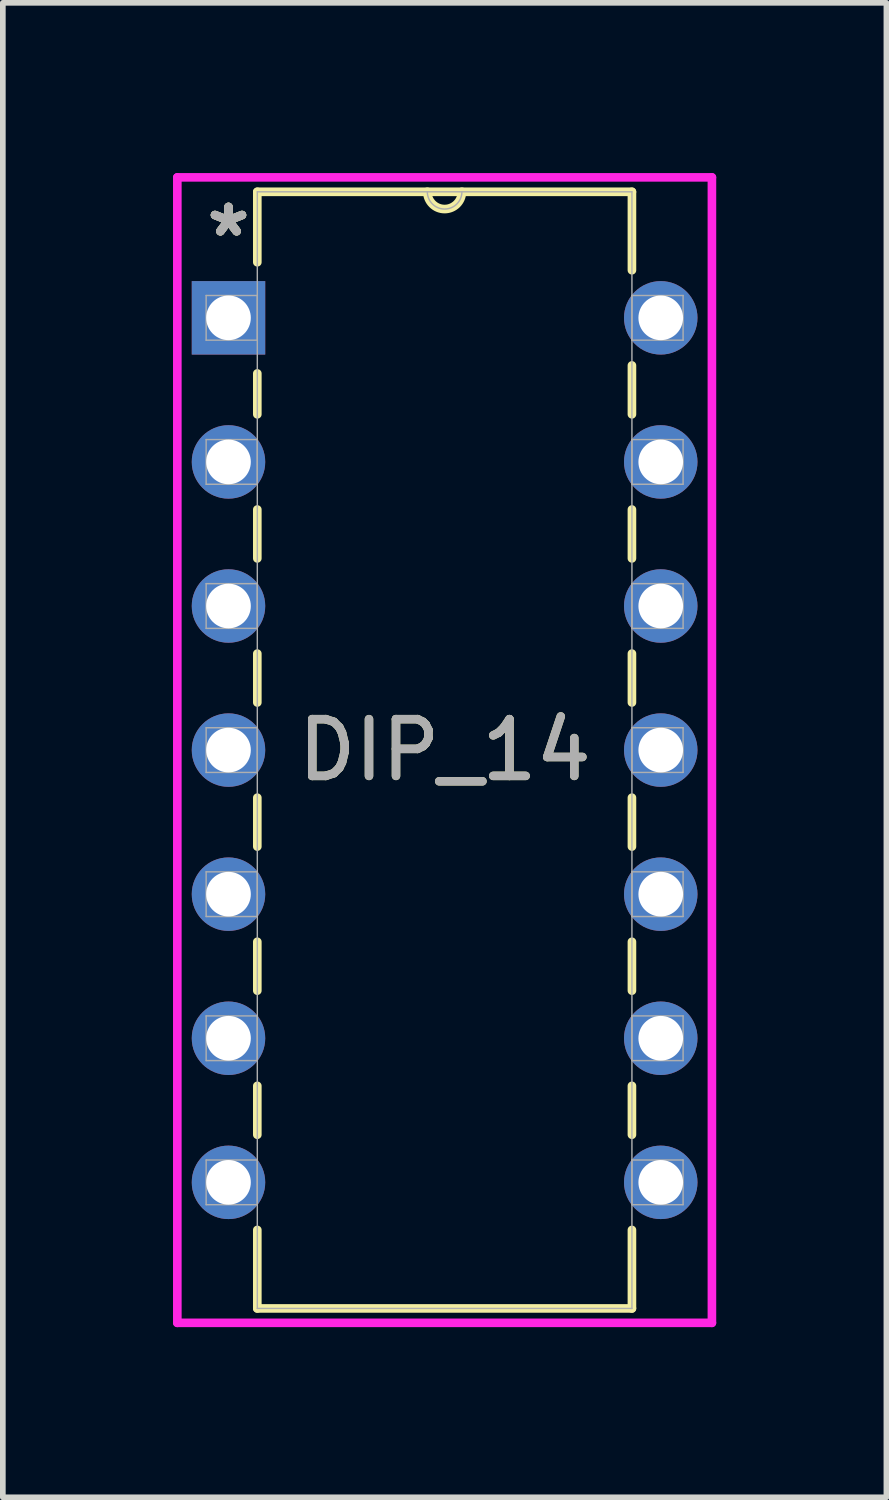
<source format=kicad_pcb>
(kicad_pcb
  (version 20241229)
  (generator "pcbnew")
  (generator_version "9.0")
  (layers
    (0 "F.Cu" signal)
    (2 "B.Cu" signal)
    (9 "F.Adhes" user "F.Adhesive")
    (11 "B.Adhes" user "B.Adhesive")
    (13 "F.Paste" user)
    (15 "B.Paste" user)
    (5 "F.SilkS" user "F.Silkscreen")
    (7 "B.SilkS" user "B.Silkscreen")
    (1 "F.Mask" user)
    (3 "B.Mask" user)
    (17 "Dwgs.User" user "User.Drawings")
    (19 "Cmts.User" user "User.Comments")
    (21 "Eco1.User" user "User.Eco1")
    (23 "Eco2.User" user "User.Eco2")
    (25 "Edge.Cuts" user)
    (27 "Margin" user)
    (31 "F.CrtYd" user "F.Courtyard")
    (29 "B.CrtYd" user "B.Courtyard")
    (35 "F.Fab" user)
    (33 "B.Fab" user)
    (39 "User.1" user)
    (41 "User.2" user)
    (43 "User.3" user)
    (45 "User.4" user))
  (footprint "DIP_14"
    (layer "F.Cu")
    (at 8.598 17.793)
    (property "Reference" "DIP_14" (at -3.81 -7.62 0) (unlocked yes) (layer "F.SilkS") (effects (font (size 1 1) (thickness 0.15))))
    (attr through_hole)
    (fp_line (start -7.112 -17.462) (end -7.112 -16.22) (stroke (width 0.152) (type solid)) (layer "F.SilkS"))
    (fp_line (start -7.112 -14.26) (end -7.112 -13.539) (stroke (width 0.152) (type solid)) (layer "F.SilkS"))
    (fp_line (start -7.112 -11.861) (end -7.112 -10.999) (stroke (width 0.152) (type solid)) (layer "F.SilkS"))
    (fp_line (start -7.112 -9.321) (end -7.112 -8.459) (stroke (width 0.152) (type solid)) (layer "F.SilkS"))
    (fp_line (start -7.112 -6.781) (end -7.112 -5.919) (stroke (width 0.152) (type solid)) (layer "F.SilkS"))
    (fp_line (start -7.112 -4.241) (end -7.112 -3.379) (stroke (width 0.152) (type solid)) (layer "F.SilkS"))
    (fp_line (start -7.112 -1.701) (end -7.112 -0.839) (stroke (width 0.152) (type solid)) (layer "F.SilkS"))
    (fp_line (start -7.112 0.839) (end -7.112 2.223) (stroke (width 0.152) (type solid)) (layer "F.SilkS"))
    (fp_line (start -7.112 2.223) (end -0.508 2.223) (stroke (width 0.152) (type solid)) (layer "F.SilkS"))
    (fp_line (start -0.508 -17.462) (end -7.112 -17.462) (stroke (width 0.152) (type solid)) (layer "F.SilkS"))
    (fp_line (start -0.508 -16.079) (end -0.508 -17.462) (stroke (width 0.152) (type solid)) (layer "F.SilkS"))
    (fp_line (start -0.508 -13.539) (end -0.508 -14.401) (stroke (width 0.152) (type solid)) (layer "F.SilkS"))
    (fp_line (start -0.508 -10.999) (end -0.508 -11.861) (stroke (width 0.152) (type solid)) (layer "F.SilkS"))
    (fp_line (start -0.508 -8.459) (end -0.508 -9.321) (stroke (width 0.152) (type solid)) (layer "F.SilkS"))
    (fp_line (start -0.508 -5.919) (end -0.508 -6.781) (stroke (width 0.152) (type solid)) (layer "F.SilkS"))
    (fp_line (start -0.508 -3.379) (end -0.508 -4.241) (stroke (width 0.152) (type solid)) (layer "F.SilkS"))
    (fp_line (start -0.508 -0.839) (end -0.508 -1.701) (stroke (width 0.152) (type solid)) (layer "F.SilkS"))
    (fp_line (start -0.508 2.223) (end -0.508 0.839) (stroke (width 0.152) (type solid)) (layer "F.SilkS"))
    (fp_arc (start -3.5052 -17.4625) (mid -3.81 -17.1577) (end -4.1148 -17.4625) (stroke (width 0.1524) (type solid)) (layer "F.SilkS"))
    (fp_line (start -8.522 -17.716) (end -8.522 2.477) (stroke (width 0.152) (type solid)) (layer "F.CrtYd"))
    (fp_line (start -8.522 2.477) (end 0.902 2.477) (stroke (width 0.152) (type solid)) (layer "F.CrtYd"))
    (fp_line (start 0.902 -17.716) (end -8.522 -17.716) (stroke (width 0.152) (type solid)) (layer "F.CrtYd"))
    (fp_line (start 0.902 2.477) (end 0.902 -17.716) (stroke (width 0.152) (type solid)) (layer "F.CrtYd"))
    (fp_line (start -8.014 -15.634) (end -8.014 -14.846) (stroke (width 0.025) (type solid)) (layer "F.Fab"))
    (fp_line (start -8.014 -14.846) (end -7.112 -14.846) (stroke (width 0.025) (type solid)) (layer "F.Fab"))
    (fp_line (start -8.014 -13.094) (end -8.014 -12.306) (stroke (width 0.025) (type solid)) (layer "F.Fab"))
    (fp_line (start -8.014 -12.306) (end -7.112 -12.306) (stroke (width 0.025) (type solid)) (layer "F.Fab"))
    (fp_line (start -8.014 -10.554) (end -8.014 -9.766) (stroke (width 0.025) (type solid)) (layer "F.Fab"))
    (fp_line (start -8.014 -9.766) (end -7.112 -9.766) (stroke (width 0.025) (type solid)) (layer "F.Fab"))
    (fp_line (start -8.014 -8.014) (end -8.014 -7.226) (stroke (width 0.025) (type solid)) (layer "F.Fab"))
    (fp_line (start -8.014 -7.226) (end -7.112 -7.226) (stroke (width 0.025) (type solid)) (layer "F.Fab"))
    (fp_line (start -8.014 -5.474) (end -8.014 -4.686) (stroke (width 0.025) (type solid)) (layer "F.Fab"))
    (fp_line (start -8.014 -4.686) (end -7.112 -4.686) (stroke (width 0.025) (type solid)) (layer "F.Fab"))
    (fp_line (start -8.014 -2.934) (end -8.014 -2.146) (stroke (width 0.025) (type solid)) (layer "F.Fab"))
    (fp_line (start -8.014 -2.146) (end -7.112 -2.146) (stroke (width 0.025) (type solid)) (layer "F.Fab"))
    (fp_line (start -8.014 -0.394) (end -8.014 0.394) (stroke (width 0.025) (type solid)) (layer "F.Fab"))
    (fp_line (start -8.014 0.394) (end -7.112 0.394) (stroke (width 0.025) (type solid)) (layer "F.Fab"))
    (fp_line (start -7.112 -17.462) (end -7.112 2.223) (stroke (width 0.025) (type solid)) (layer "F.Fab"))
    (fp_line (start -7.112 -15.634) (end -8.014 -15.634) (stroke (width 0.025) (type solid)) (layer "F.Fab"))
    (fp_line (start -7.112 -14.846) (end -7.112 -15.634) (stroke (width 0.025) (type solid)) (layer "F.Fab"))
    (fp_line (start -7.112 -13.094) (end -8.014 -13.094) (stroke (width 0.025) (type solid)) (layer "F.Fab"))
    (fp_line (start -7.112 -12.306) (end -7.112 -13.094) (stroke (width 0.025) (type solid)) (layer "F.Fab"))
    (fp_line (start -7.112 -10.554) (end -8.014 -10.554) (stroke (width 0.025) (type solid)) (layer "F.Fab"))
    (fp_line (start -7.112 -9.766) (end -7.112 -10.554) (stroke (width 0.025) (type solid)) (layer "F.Fab"))
    (fp_line (start -7.112 -8.014) (end -8.014 -8.014) (stroke (width 0.025) (type solid)) (layer "F.Fab"))
    (fp_line (start -7.112 -7.226) (end -7.112 -8.014) (stroke (width 0.025) (type solid)) (layer "F.Fab"))
    (fp_line (start -7.112 -5.474) (end -8.014 -5.474) (stroke (width 0.025) (type solid)) (layer "F.Fab"))
    (fp_line (start -7.112 -4.686) (end -7.112 -5.474) (stroke (width 0.025) (type solid)) (layer "F.Fab"))
    (fp_line (start -7.112 -2.934) (end -8.014 -2.934) (stroke (width 0.025) (type solid)) (layer "F.Fab"))
    (fp_line (start -7.112 -2.146) (end -7.112 -2.934) (stroke (width 0.025) (type solid)) (layer "F.Fab"))
    (fp_line (start -7.112 -0.394) (end -8.014 -0.394) (stroke (width 0.025) (type solid)) (layer "F.Fab"))
    (fp_line (start -7.112 0.394) (end -7.112 -0.394) (stroke (width 0.025) (type solid)) (layer "F.Fab"))
    (fp_line (start -7.112 2.223) (end -0.508 2.223) (stroke (width 0.025) (type solid)) (layer "F.Fab"))
    (fp_line (start -0.508 -17.462) (end -7.112 -17.462) (stroke (width 0.025) (type solid)) (layer "F.Fab"))
    (fp_line (start -0.508 -15.634) (end -0.508 -14.846) (stroke (width 0.025) (type solid)) (layer "F.Fab"))
    (fp_line (start -0.508 -14.846) (end 0.394 -14.846) (stroke (width 0.025) (type solid)) (layer "F.Fab"))
    (fp_line (start -0.508 -13.094) (end -0.508 -12.306) (stroke (width 0.025) (type solid)) (layer "F.Fab"))
    (fp_line (start -0.508 -12.306) (end 0.394 -12.306) (stroke (width 0.025) (type solid)) (layer "F.Fab"))
    (fp_line (start -0.508 -10.554) (end -0.508 -9.766) (stroke (width 0.025) (type solid)) (layer "F.Fab"))
    (fp_line (start -0.508 -9.766) (end 0.394 -9.766) (stroke (width 0.025) (type solid)) (layer "F.Fab"))
    (fp_line (start -0.508 -8.014) (end -0.508 -7.226) (stroke (width 0.025) (type solid)) (layer "F.Fab"))
    (fp_line (start -0.508 -7.226) (end 0.394 -7.226) (stroke (width 0.025) (type solid)) (layer "F.Fab"))
    (fp_line (start -0.508 -5.474) (end -0.508 -4.686) (stroke (width 0.025) (type solid)) (layer "F.Fab"))
    (fp_line (start -0.508 -4.686) (end 0.394 -4.686) (stroke (width 0.025) (type solid)) (layer "F.Fab"))
    (fp_line (start -0.508 -2.934) (end -0.508 -2.146) (stroke (width 0.025) (type solid)) (layer "F.Fab"))
    (fp_line (start -0.508 -2.146) (end 0.394 -2.146) (stroke (width 0.025) (type solid)) (layer "F.Fab"))
    (fp_line (start -0.508 -0.394) (end -0.508 0.394) (stroke (width 0.025) (type solid)) (layer "F.Fab"))
    (fp_line (start -0.508 0.394) (end 0.394 0.394) (stroke (width 0.025) (type solid)) (layer "F.Fab"))
    (fp_line (start -0.508 2.223) (end -0.508 -17.462) (stroke (width 0.025) (type solid)) (layer "F.Fab"))
    (fp_line (start 0.394 -15.634) (end -0.508 -15.634) (stroke (width 0.025) (type solid)) (layer "F.Fab"))
    (fp_line (start 0.394 -14.846) (end 0.394 -15.634) (stroke (width 0.025) (type solid)) (layer "F.Fab"))
    (fp_line (start 0.394 -13.094) (end -0.508 -13.094) (stroke (width 0.025) (type solid)) (layer "F.Fab"))
    (fp_line (start 0.394 -12.306) (end 0.394 -13.094) (stroke (width 0.025) (type solid)) (layer "F.Fab"))
    (fp_line (start 0.394 -10.554) (end -0.508 -10.554) (stroke (width 0.025) (type solid)) (layer "F.Fab"))
    (fp_line (start 0.394 -9.766) (end 0.394 -10.554) (stroke (width 0.025) (type solid)) (layer "F.Fab"))
    (fp_line (start 0.394 -8.014) (end -0.508 -8.014) (stroke (width 0.025) (type solid)) (layer "F.Fab"))
    (fp_line (start 0.394 -7.226) (end 0.394 -8.014) (stroke (width 0.025) (type solid)) (layer "F.Fab"))
    (fp_line (start 0.394 -5.474) (end -0.508 -5.474) (stroke (width 0.025) (type solid)) (layer "F.Fab"))
    (fp_line (start 0.394 -4.686) (end 0.394 -5.474) (stroke (width 0.025) (type solid)) (layer "F.Fab"))
    (fp_line (start 0.394 -2.934) (end -0.508 -2.934) (stroke (width 0.025) (type solid)) (layer "F.Fab"))
    (fp_line (start 0.394 -2.146) (end 0.394 -2.934) (stroke (width 0.025) (type solid)) (layer "F.Fab"))
    (fp_line (start 0.394 -0.394) (end -0.508 -0.394) (stroke (width 0.025) (type solid)) (layer "F.Fab"))
    (fp_line (start 0.394 0.394) (end 0.394 -0.394) (stroke (width 0.025) (type solid)) (layer "F.Fab"))
    (fp_arc (start -3.5052 -17.4625) (mid -3.81 -17.1577) (end -4.1148 -17.4625) (stroke (width 0.0254) (type solid)) (layer "F.Fab"))
    (fp_text user "*" (at -7.62 -16.65 0) (layer "F.SilkS") (effects (font (size 1 1) (thickness 0.15))))
    (fp_text user "*" (at -7.62 -16.65 0) (unlocked yes) (layer "F.SilkS") (effects (font (size 1 1) (thickness 0.15))))
    (fp_text user "${REFERENCE}" (at -3.81 -7.62 0) (unlocked yes) (layer "F.Fab") (effects (font (size 1 1) (thickness 0.15))))
    (fp_text user "*" (at -7.62 -16.65 0) (layer "F.Fab") (effects (font (size 1 1) (thickness 0.15))))
    (fp_text user "*" (at -7.62 -16.65 0) (unlocked yes) (layer "F.Fab") (effects (font (size 1 1) (thickness 0.15))))
    (pad "1" thru_hole rect (at -7.62 -15.24) (size 1.295 1.295) (drill 0.787) (layers "*.Cu" "*.Mask"))
    (pad "2" thru_hole circle (at -7.62 -12.7) (size 1.295 1.295) (drill 0.787) (layers "*.Cu" "*.Mask"))
    (pad "3" thru_hole circle (at -7.62 -10.16) (size 1.295 1.295) (drill 0.787) (layers "*.Cu" "*.Mask"))
    (pad "4" thru_hole circle (at -7.62 -7.62) (size 1.295 1.295) (drill 0.787) (layers "*.Cu" "*.Mask"))
    (pad "5" thru_hole circle (at -7.62 -5.08) (size 1.295 1.295) (drill 0.787) (layers "*.Cu" "*.Mask"))
    (pad "6" thru_hole circle (at -7.62 -2.54) (size 1.295 1.295) (drill 0.787) (layers "*.Cu" "*.Mask"))
    (pad "7" thru_hole circle (at -7.62 0) (size 1.295 1.295) (drill 0.787) (layers "*.Cu" "*.Mask"))
    (pad "8" thru_hole circle (at 0 0) (size 1.295 1.295) (drill 0.787) (layers "*.Cu" "*.Mask"))
    (pad "9" thru_hole circle (at 0 -2.54) (size 1.295 1.295) (drill 0.787) (layers "*.Cu" "*.Mask"))
    (pad "10" thru_hole circle (at 0 -5.08) (size 1.295 1.295) (drill 0.787) (layers "*.Cu" "*.Mask"))
    (pad "11" thru_hole circle (at 0 -7.62) (size 1.295 1.295) (drill 0.787) (layers "*.Cu" "*.Mask"))
    (pad "12" thru_hole circle (at 0 -10.16) (size 1.295 1.295) (drill 0.787) (layers "*.Cu" "*.Mask"))
    (pad "13" thru_hole circle (at 0 -12.7) (size 1.295 1.295) (drill 0.787) (layers "*.Cu" "*.Mask"))
    (pad "14" thru_hole circle (at 0 -15.24) (size 1.295 1.295) (drill 0.787) (layers "*.Cu" "*.Mask")))
  (gr_rect
    (start -3 -3)
    (end 12.576 23.345)
    (stroke (width 0.1) (type default))
    (fill no)
    (layer "Edge.Cuts")))
</source>
